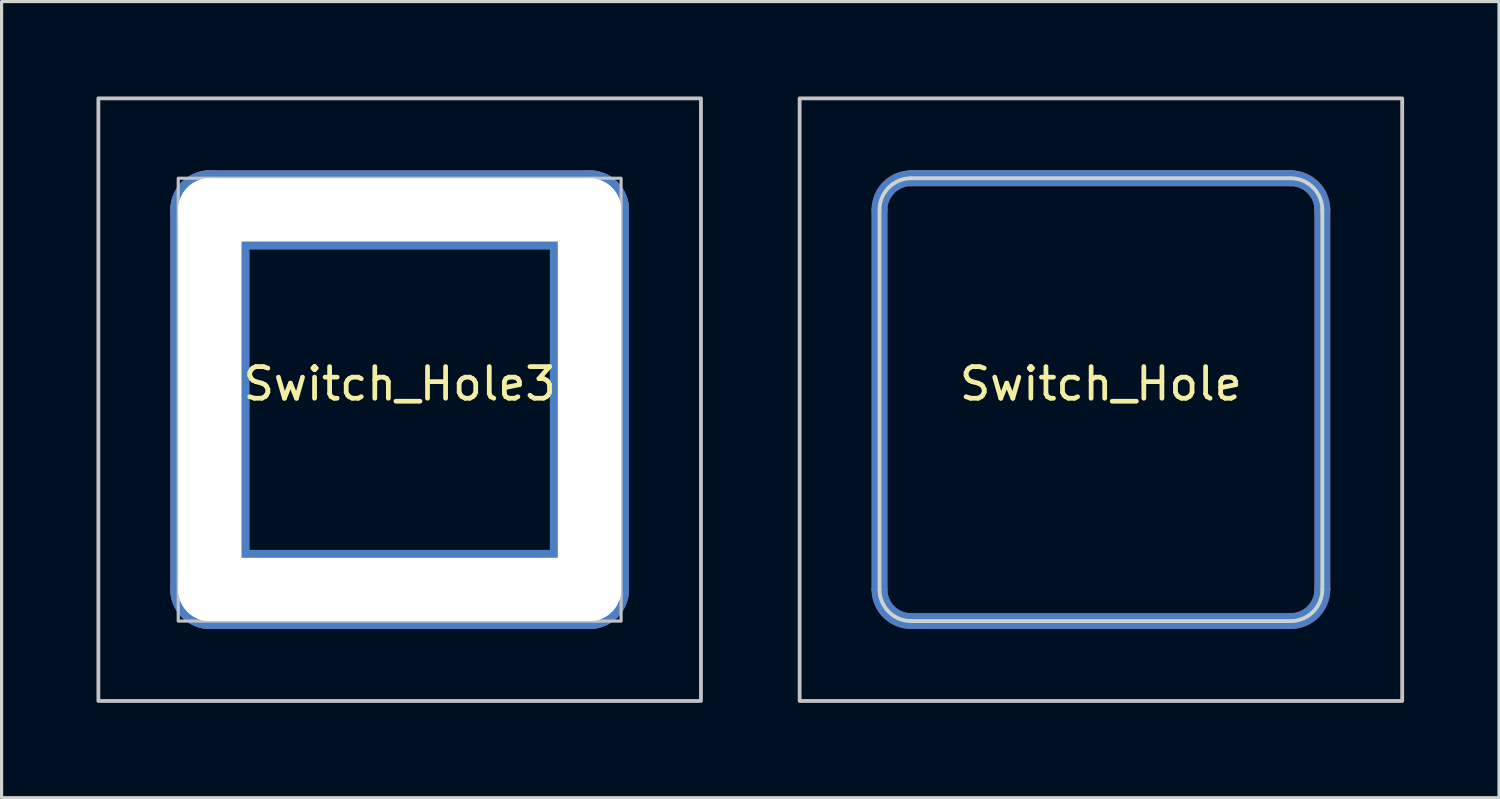
<source format=kicad_pcb>
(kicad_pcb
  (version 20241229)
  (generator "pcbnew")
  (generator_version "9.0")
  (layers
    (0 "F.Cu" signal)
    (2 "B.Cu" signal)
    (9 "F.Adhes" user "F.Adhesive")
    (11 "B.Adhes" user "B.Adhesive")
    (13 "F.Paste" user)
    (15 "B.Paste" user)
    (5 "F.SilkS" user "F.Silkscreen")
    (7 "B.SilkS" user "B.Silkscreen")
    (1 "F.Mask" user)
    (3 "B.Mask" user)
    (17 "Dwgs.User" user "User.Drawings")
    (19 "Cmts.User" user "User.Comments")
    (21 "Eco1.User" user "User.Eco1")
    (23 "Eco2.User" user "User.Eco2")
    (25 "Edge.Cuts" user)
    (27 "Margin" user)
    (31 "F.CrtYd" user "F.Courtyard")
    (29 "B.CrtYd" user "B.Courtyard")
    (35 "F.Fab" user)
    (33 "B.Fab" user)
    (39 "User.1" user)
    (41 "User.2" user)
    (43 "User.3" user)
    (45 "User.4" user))
  (footprint "Switch_Hole3"
    (layer "F.Cu")
    (at 9.585 9.585)
    (property "Reference" "Switch_Hole3" (at 0 -0.5 0) (unlocked yes) (layer "F.SilkS") (effects (font (size 1 1) (thickness 0.15))))
    (fp_rect (start -9.525 -9.525) (end 9.525 9.525) (stroke (width 0.12) (type solid)) (fill no) (layer "Dwgs.User"))
    (fp_rect (start -7 -7) (end 7 7) (stroke (width 0.1) (type solid)) (fill no) (layer "Dwgs.User"))
    (pad "" np_thru_hole oval (at -6 0) (size 2.5 14.5) (drill oval 2 14) (layers "*.Cu" "*.Mask"))
    (pad "" np_thru_hole oval (at 0 -6 270) (size 2.5 14.5) (drill oval 2 14) (layers "*.Cu" "*.Mask"))
    (pad "" np_thru_hole oval (at 0 6 90) (size 2.5 14.5) (drill oval 2 14) (layers "*.Cu" "*.Mask"))
    (pad "" np_thru_hole oval (at 6 0 180) (size 2.5 14.5) (drill oval 2 14) (layers "*.Cu" "*.Mask")))
  (footprint "Switch_Hole"
    (layer "F.Cu")
    (at 31.755 9.585)
    (property "Reference" "Switch_Hole" (at 0 -0.5 0) (unlocked yes) (layer "F.SilkS") (effects (font (size 1 1) (thickness 0.15))))
    (fp_line (start -7 -6) (end -7 6) (stroke (width 0.5) (type solid)) (layer "F.Cu"))
    (fp_line (start -6 -7) (end 6 -7) (stroke (width 0.5) (type solid)) (layer "F.Cu"))
    (fp_line (start 6 7) (end -6 7) (stroke (width 0.5) (type solid)) (layer "F.Cu"))
    (fp_line (start 7 6) (end 7 -6) (stroke (width 0.5) (type solid)) (layer "F.Cu"))
    (fp_arc (start -7 -6) (mid -6.707106 -6.707106) (end -6 -7) (stroke (width 0.5) (type solid)) (layer "F.Cu"))
    (fp_arc (start -6.000001 7.000001) (mid -6.707107 6.707107) (end -7.000001 6.000001) (stroke (width 0.5) (type solid)) (layer "F.Cu"))
    (fp_arc (start 6.000001 -7.000001) (mid 6.707107 -6.707107) (end 7.000001 -6.000001) (stroke (width 0.5) (type solid)) (layer "F.Cu"))
    (fp_arc (start 7.000001 6.000001) (mid 6.707107 6.707107) (end 6.000001 7.000001) (stroke (width 0.5) (type solid)) (layer "F.Cu"))
    (fp_line (start -7 6) (end -7 -6) (stroke (width 0.5) (type solid)) (layer "F.Mask"))
    (fp_line (start -6 -7) (end 6 -7) (stroke (width 0.5) (type solid)) (layer "F.Mask"))
    (fp_line (start -6 7) (end 6 7) (stroke (width 0.5) (type solid)) (layer "F.Mask"))
    (fp_line (start 7 6) (end 7 -6) (stroke (width 0.5) (type solid)) (layer "F.Mask"))
    (fp_arc (start -7 -6) (mid -6.707106 -6.707106) (end -6 -7) (stroke (width 0.5) (type solid)) (layer "F.Mask"))
    (fp_arc (start -6 7) (mid -6.707106 6.707106) (end -7 6) (stroke (width 0.5) (type solid)) (layer "F.Mask"))
    (fp_arc (start 6.000001 -7) (mid 6.707107 -6.707106) (end 7.000001 -6) (stroke (width 0.5) (type solid)) (layer "F.Mask"))
    (fp_arc (start 7.000001 6.000001) (mid 6.707107 6.707107) (end 6.000001 7.000001) (stroke (width 0.5) (type solid)) (layer "F.Mask"))
    (fp_line (start -7 -6) (end -7 6) (stroke (width 0.5) (type solid)) (layer "B.Cu"))
    (fp_line (start -6 -7) (end 6 -7) (stroke (width 0.5) (type solid)) (layer "B.Cu"))
    (fp_line (start -6 -7) (end 6 -7) (stroke (width 0.5) (type solid)) (layer "B.Cu"))
    (fp_line (start 6 7) (end -6 7) (stroke (width 0.5) (type solid)) (layer "B.Cu"))
    (fp_line (start 7 6) (end 7 -6) (stroke (width 0.5) (type solid)) (layer "B.Cu"))
    (fp_arc (start -7 -6) (mid -6.707106 -6.707106) (end -6 -7) (stroke (width 0.5) (type solid)) (layer "B.Cu"))
    (fp_arc (start -6.000001 7.000001) (mid -6.707107 6.707107) (end -7.000001 6.000001) (stroke (width 0.5) (type solid)) (layer "B.Cu"))
    (fp_arc (start 6.000001 -7.000001) (mid 6.707107 -6.707107) (end 7.000001 -6.000001) (stroke (width 0.5) (type solid)) (layer "B.Cu"))
    (fp_arc (start 7.000001 6.000001) (mid 6.707107 6.707107) (end 6.000001 7.000001) (stroke (width 0.5) (type solid)) (layer "B.Cu"))
    (fp_line (start -7 -6) (end -7 6) (stroke (width 0.5) (type solid)) (layer "B.Mask"))
    (fp_line (start -6 -7) (end 6 -7) (stroke (width 0.5) (type solid)) (layer "B.Mask"))
    (fp_line (start 6 7) (end -6 7) (stroke (width 0.5) (type solid)) (layer "B.Mask"))
    (fp_line (start 7 6) (end 7 -6) (stroke (width 0.5) (type solid)) (layer "B.Mask"))
    (fp_arc (start -7 -6) (mid -6.707106 -6.707106) (end -6 -7) (stroke (width 0.5) (type solid)) (layer "B.Mask"))
    (fp_arc (start -6.000001 7.000001) (mid -6.707107 6.707107) (end -7.000001 6.000001) (stroke (width 0.5) (type solid)) (layer "B.Mask"))
    (fp_arc (start 6.000001 -7.000001) (mid 6.707107 -6.707107) (end 7.000001 -6.000001) (stroke (width 0.5) (type solid)) (layer "B.Mask"))
    (fp_arc (start 7.000001 6.000001) (mid 6.707107 6.707107) (end 6.000001 7.000001) (stroke (width 0.5) (type solid)) (layer "B.Mask"))
    (fp_rect (start -9.525 -9.525) (end 9.525 9.525) (stroke (width 0.12) (type solid)) (fill no) (layer "Dwgs.User"))
    (fp_line (start -7 6) (end -7 -6) (stroke (width 0.12) (type solid)) (layer "Edge.Cuts"))
    (fp_line (start -6 -7) (end 6 -7) (stroke (width 0.12) (type solid)) (layer "Edge.Cuts"))
    (fp_line (start -6 7) (end 6 7) (stroke (width 0.12) (type solid)) (layer "Edge.Cuts"))
    (fp_line (start 7 6) (end 7 -6) (stroke (width 0.12) (type solid)) (layer "Edge.Cuts"))
    (fp_arc (start -7 -6) (mid -6.707107 -6.707107) (end -6 -7) (stroke (width 0.12) (type solid)) (layer "Edge.Cuts"))
    (fp_arc (start -6 7) (mid -6.707107 6.707107) (end -7 6) (stroke (width 0.12) (type solid)) (layer "Edge.Cuts"))
    (fp_arc (start 6 -7) (mid 6.707107 -6.707107) (end 7 -6) (stroke (width 0.12) (type solid)) (layer "Edge.Cuts"))
    (fp_arc (start 7 6) (mid 6.707107 6.707107) (end 6 7) (stroke (width 0.12) (type solid)) (layer "Edge.Cuts")))
  (gr_rect
    (start -3 -3)
    (end 44.34 22.17)
    (stroke (width 0.1) (type default))
    (fill no)
    (layer "Edge.Cuts")))
</source>
